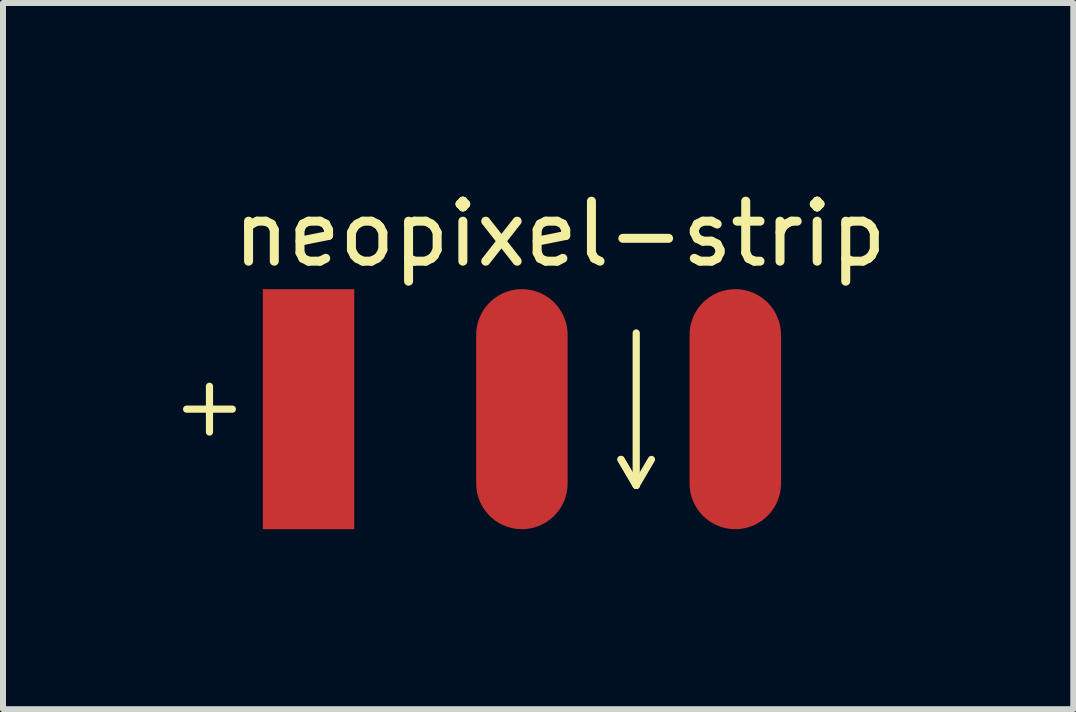
<source format=kicad_pcb>
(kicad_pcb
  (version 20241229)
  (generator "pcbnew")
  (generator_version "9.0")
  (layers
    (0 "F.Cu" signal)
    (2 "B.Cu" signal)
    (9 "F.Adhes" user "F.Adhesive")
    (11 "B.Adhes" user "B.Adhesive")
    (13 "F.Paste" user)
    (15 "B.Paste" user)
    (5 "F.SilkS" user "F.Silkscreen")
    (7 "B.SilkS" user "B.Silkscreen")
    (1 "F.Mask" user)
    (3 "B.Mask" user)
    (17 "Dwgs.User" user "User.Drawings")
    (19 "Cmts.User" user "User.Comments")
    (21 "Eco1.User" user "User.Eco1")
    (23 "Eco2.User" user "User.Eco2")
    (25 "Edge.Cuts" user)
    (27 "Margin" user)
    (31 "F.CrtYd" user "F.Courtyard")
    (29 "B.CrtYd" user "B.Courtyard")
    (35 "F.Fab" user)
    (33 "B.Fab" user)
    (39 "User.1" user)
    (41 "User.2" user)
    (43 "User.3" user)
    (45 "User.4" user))
  (footprint "neopixel-strip"
    (layer "F.Cu")
    (at 5.648 3.769)
    (property "Reference" "neopixel-strip" (at 0.635 -2.921 0) (unlocked yes) (layer "F.SilkS") (effects (font (size 1 1) (thickness 0.15))))
    (attr through_hole)
    (fp_line (start -5.588 0) (end -4.826 0) (stroke (width 0.12) (type solid)) (layer "F.SilkS"))
    (fp_line (start -5.207 -0.381) (end -5.207 0.381) (stroke (width 0.12) (type solid)) (layer "F.SilkS"))
    (fp_line (start 1.651 0.838) (end 1.905 1.27) (stroke (width 0.12) (type solid)) (layer "F.SilkS"))
    (fp_line (start 1.905 -1.27) (end 1.905 1.27) (stroke (width 0.12) (type solid)) (layer "F.SilkS"))
    (fp_line (start 1.905 1.27) (end 1.651 0.838) (stroke (width 0.12) (type solid)) (layer "F.SilkS"))
    (fp_line (start 1.905 1.27) (end 2.159 0.838) (stroke (width 0.12) (type solid)) (layer "F.SilkS"))
    (pad "1" connect rect (at -3.556 0) (size 1.524 4) (layers "F.Cu" "F.Mask"))
    (pad "2" connect oval (at 0 0) (size 1.524 4) (layers "F.Cu" "F.Mask"))
    (pad "3" connect oval (at 3.556 0) (size 1.524 4) (layers "F.Cu" "F.Mask")))
  (gr_rect
    (start -3 -3)
    (end 14.837 8.769)
    (stroke (width 0.1) (type default))
    (fill no)
    (layer "Edge.Cuts")))
</source>
